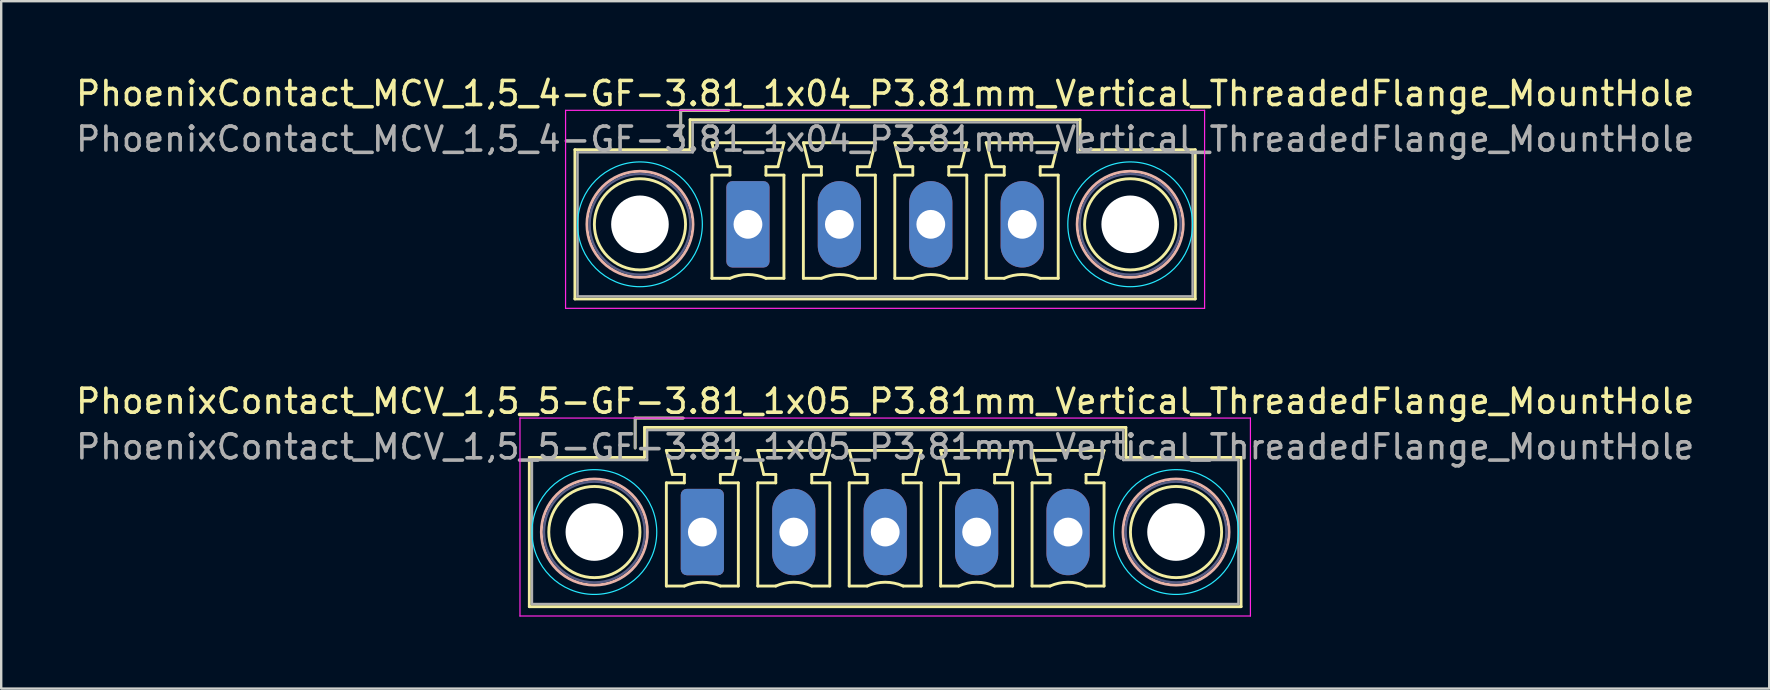
<source format=kicad_pcb>
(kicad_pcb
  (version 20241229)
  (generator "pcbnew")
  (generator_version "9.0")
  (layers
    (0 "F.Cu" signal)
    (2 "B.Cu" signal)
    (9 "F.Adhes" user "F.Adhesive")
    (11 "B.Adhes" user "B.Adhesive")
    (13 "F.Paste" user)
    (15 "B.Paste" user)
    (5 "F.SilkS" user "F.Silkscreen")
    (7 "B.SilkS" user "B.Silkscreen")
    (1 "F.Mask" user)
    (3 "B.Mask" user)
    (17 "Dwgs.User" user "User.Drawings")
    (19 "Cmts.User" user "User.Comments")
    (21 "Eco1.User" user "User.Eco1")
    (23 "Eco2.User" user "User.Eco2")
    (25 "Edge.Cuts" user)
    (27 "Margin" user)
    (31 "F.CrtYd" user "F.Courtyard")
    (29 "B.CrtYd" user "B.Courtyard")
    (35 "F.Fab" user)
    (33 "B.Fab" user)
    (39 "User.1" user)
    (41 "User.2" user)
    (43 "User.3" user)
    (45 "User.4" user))
  (footprint "PhoenixContact_MCV_1,5_4-GF-3.81_1x04_P3.81mm_Vertical_ThreadedFlange_MountHole"
    (layer "F.Cu")
    (at 28.119 6.298)
    (property "Reference" "PhoenixContact_MCV_1,5_4-GF-3.81_1x04_P3.81mm_Vertical_ThreadedFlange_MountHole" (at 5.72 -5.45 0) (layer "F.SilkS") (effects (font (size 1 1) (thickness 0.15))))
    (attr through_hole)
    (fp_line (start -7.21 -3.11) (end -7.21 3.11) (stroke (width 0.12) (type solid)) (layer "F.SilkS"))
    (fp_line (start -7.21 3.11) (end 18.64 3.11) (stroke (width 0.12) (type solid)) (layer "F.SilkS"))
    (fp_line (start -2.8 -4.75) (end -0.8 -4.75) (stroke (width 0.12) (type solid)) (layer "F.SilkS"))
    (fp_line (start -2.8 -3.5) (end -2.8 -4.75) (stroke (width 0.12) (type solid)) (layer "F.SilkS"))
    (fp_line (start -2.41 -4.36) (end -2.41 -3.11) (stroke (width 0.12) (type solid)) (layer "F.SilkS"))
    (fp_line (start -2.41 -3.11) (end -7.21 -3.11) (stroke (width 0.12) (type solid)) (layer "F.SilkS"))
    (fp_line (start -1.5 -3.4) (end 1.5 -3.4) (stroke (width 0.12) (type solid)) (layer "F.SilkS"))
    (fp_line (start -1.5 -2.05) (end -0.75 -2.05) (stroke (width 0.12) (type solid)) (layer "F.SilkS"))
    (fp_line (start -1.5 2.25) (end -1.5 -2.05) (stroke (width 0.12) (type solid)) (layer "F.SilkS"))
    (fp_line (start -1.25 -2.4) (end -1.5 -3.4) (stroke (width 0.12) (type solid)) (layer "F.SilkS"))
    (fp_line (start -0.75 -2.4) (end -1.25 -2.4) (stroke (width 0.12) (type solid)) (layer "F.SilkS"))
    (fp_line (start -0.75 -2.05) (end -0.75 -2.4) (stroke (width 0.12) (type solid)) (layer "F.SilkS"))
    (fp_line (start -0.75 2.25) (end -1.5 2.25) (stroke (width 0.12) (type solid)) (layer "F.SilkS"))
    (fp_line (start 0.75 -2.4) (end 0.75 -2.05) (stroke (width 0.12) (type solid)) (layer "F.SilkS"))
    (fp_line (start 0.75 -2.05) (end 1.5 -2.05) (stroke (width 0.12) (type solid)) (layer "F.SilkS"))
    (fp_line (start 1.25 -2.4) (end 0.75 -2.4) (stroke (width 0.12) (type solid)) (layer "F.SilkS"))
    (fp_line (start 1.5 -3.4) (end 1.25 -2.4) (stroke (width 0.12) (type solid)) (layer "F.SilkS"))
    (fp_line (start 1.5 -2.05) (end 1.5 2.25) (stroke (width 0.12) (type solid)) (layer "F.SilkS"))
    (fp_line (start 1.5 2.25) (end 0.75 2.25) (stroke (width 0.12) (type solid)) (layer "F.SilkS"))
    (fp_line (start 2.31 -3.4) (end 5.31 -3.4) (stroke (width 0.12) (type solid)) (layer "F.SilkS"))
    (fp_line (start 2.31 -2.05) (end 3.06 -2.05) (stroke (width 0.12) (type solid)) (layer "F.SilkS"))
    (fp_line (start 2.31 2.25) (end 2.31 -2.05) (stroke (width 0.12) (type solid)) (layer "F.SilkS"))
    (fp_line (start 2.56 -2.4) (end 2.31 -3.4) (stroke (width 0.12) (type solid)) (layer "F.SilkS"))
    (fp_line (start 3.06 -2.4) (end 2.56 -2.4) (stroke (width 0.12) (type solid)) (layer "F.SilkS"))
    (fp_line (start 3.06 -2.05) (end 3.06 -2.4) (stroke (width 0.12) (type solid)) (layer "F.SilkS"))
    (fp_line (start 3.06 2.25) (end 2.31 2.25) (stroke (width 0.12) (type solid)) (layer "F.SilkS"))
    (fp_line (start 4.56 -2.4) (end 4.56 -2.05) (stroke (width 0.12) (type solid)) (layer "F.SilkS"))
    (fp_line (start 4.56 -2.05) (end 5.31 -2.05) (stroke (width 0.12) (type solid)) (layer "F.SilkS"))
    (fp_line (start 5.06 -2.4) (end 4.56 -2.4) (stroke (width 0.12) (type solid)) (layer "F.SilkS"))
    (fp_line (start 5.31 -3.4) (end 5.06 -2.4) (stroke (width 0.12) (type solid)) (layer "F.SilkS"))
    (fp_line (start 5.31 -2.05) (end 5.31 2.25) (stroke (width 0.12) (type solid)) (layer "F.SilkS"))
    (fp_line (start 5.31 2.25) (end 4.56 2.25) (stroke (width 0.12) (type solid)) (layer "F.SilkS"))
    (fp_line (start 6.12 -3.4) (end 9.12 -3.4) (stroke (width 0.12) (type solid)) (layer "F.SilkS"))
    (fp_line (start 6.12 -2.05) (end 6.87 -2.05) (stroke (width 0.12) (type solid)) (layer "F.SilkS"))
    (fp_line (start 6.12 2.25) (end 6.12 -2.05) (stroke (width 0.12) (type solid)) (layer "F.SilkS"))
    (fp_line (start 6.37 -2.4) (end 6.12 -3.4) (stroke (width 0.12) (type solid)) (layer "F.SilkS"))
    (fp_line (start 6.87 -2.4) (end 6.37 -2.4) (stroke (width 0.12) (type solid)) (layer "F.SilkS"))
    (fp_line (start 6.87 -2.05) (end 6.87 -2.4) (stroke (width 0.12) (type solid)) (layer "F.SilkS"))
    (fp_line (start 6.87 2.25) (end 6.12 2.25) (stroke (width 0.12) (type solid)) (layer "F.SilkS"))
    (fp_line (start 8.37 -2.4) (end 8.37 -2.05) (stroke (width 0.12) (type solid)) (layer "F.SilkS"))
    (fp_line (start 8.37 -2.05) (end 9.12 -2.05) (stroke (width 0.12) (type solid)) (layer "F.SilkS"))
    (fp_line (start 8.87 -2.4) (end 8.37 -2.4) (stroke (width 0.12) (type solid)) (layer "F.SilkS"))
    (fp_line (start 9.12 -3.4) (end 8.87 -2.4) (stroke (width 0.12) (type solid)) (layer "F.SilkS"))
    (fp_line (start 9.12 -2.05) (end 9.12 2.25) (stroke (width 0.12) (type solid)) (layer "F.SilkS"))
    (fp_line (start 9.12 2.25) (end 8.37 2.25) (stroke (width 0.12) (type solid)) (layer "F.SilkS"))
    (fp_line (start 9.93 -3.4) (end 12.93 -3.4) (stroke (width 0.12) (type solid)) (layer "F.SilkS"))
    (fp_line (start 9.93 -2.05) (end 10.68 -2.05) (stroke (width 0.12) (type solid)) (layer "F.SilkS"))
    (fp_line (start 9.93 2.25) (end 9.93 -2.05) (stroke (width 0.12) (type solid)) (layer "F.SilkS"))
    (fp_line (start 10.18 -2.4) (end 9.93 -3.4) (stroke (width 0.12) (type solid)) (layer "F.SilkS"))
    (fp_line (start 10.68 -2.4) (end 10.18 -2.4) (stroke (width 0.12) (type solid)) (layer "F.SilkS"))
    (fp_line (start 10.68 -2.05) (end 10.68 -2.4) (stroke (width 0.12) (type solid)) (layer "F.SilkS"))
    (fp_line (start 10.68 2.25) (end 9.93 2.25) (stroke (width 0.12) (type solid)) (layer "F.SilkS"))
    (fp_line (start 12.18 -2.4) (end 12.18 -2.05) (stroke (width 0.12) (type solid)) (layer "F.SilkS"))
    (fp_line (start 12.18 -2.05) (end 12.93 -2.05) (stroke (width 0.12) (type solid)) (layer "F.SilkS"))
    (fp_line (start 12.68 -2.4) (end 12.18 -2.4) (stroke (width 0.12) (type solid)) (layer "F.SilkS"))
    (fp_line (start 12.93 -3.4) (end 12.68 -2.4) (stroke (width 0.12) (type solid)) (layer "F.SilkS"))
    (fp_line (start 12.93 -2.05) (end 12.93 2.25) (stroke (width 0.12) (type solid)) (layer "F.SilkS"))
    (fp_line (start 12.93 2.25) (end 12.18 2.25) (stroke (width 0.12) (type solid)) (layer "F.SilkS"))
    (fp_line (start 13.84 -4.36) (end -2.41 -4.36) (stroke (width 0.12) (type solid)) (layer "F.SilkS"))
    (fp_line (start 13.84 -3.11) (end 13.84 -4.36) (stroke (width 0.12) (type solid)) (layer "F.SilkS"))
    (fp_line (start 18.64 -3.11) (end 13.84 -3.11) (stroke (width 0.12) (type solid)) (layer "F.SilkS"))
    (fp_line (start 18.64 3.11) (end 18.64 -3.11) (stroke (width 0.12) (type solid)) (layer "F.SilkS"))
    (fp_arc (start -0.75 2.25) (mid -0.000193 2.09191) (end 0.749647 2.249844) (stroke (width 0.12) (type solid)) (layer "F.SilkS"))
    (fp_arc (start 3.06 2.25) (mid 3.809807 2.09191) (end 4.559647 2.249844) (stroke (width 0.12) (type solid)) (layer "F.SilkS"))
    (fp_arc (start 6.87 2.25) (mid 7.619807 2.09191) (end 8.369647 2.249844) (stroke (width 0.12) (type solid)) (layer "F.SilkS"))
    (fp_arc (start 10.68 2.25) (mid 11.429807 2.09191) (end 12.179647 2.249844) (stroke (width 0.12) (type solid)) (layer "F.SilkS"))
    (fp_circle (center -4.5 0) (end -2.6 0) (stroke (width 0.12) (type solid)) (fill no) (layer "F.SilkS"))
    (fp_circle (center 15.93 0) (end 17.83 0) (stroke (width 0.12) (type solid)) (fill no) (layer "F.SilkS"))
    (fp_circle (center -4.5 0) (end -2.29 0) (stroke (width 0.12) (type solid)) (fill no) (layer "B.SilkS"))
    (fp_circle (center 15.93 0) (end 18.14 0) (stroke (width 0.12) (type solid)) (fill no) (layer "B.SilkS"))
    (fp_circle (center -4.5 0) (end -1.9 0) (stroke (width 0.05) (type solid)) (fill no) (layer "B.CrtYd"))
    (fp_circle (center 15.93 0) (end 18.53 0) (stroke (width 0.05) (type solid)) (fill no) (layer "B.CrtYd"))
    (fp_line (start -7.6 -4.75) (end -7.6 3.5) (stroke (width 0.05) (type solid)) (layer "F.CrtYd"))
    (fp_line (start -7.6 3.5) (end 19.03 3.5) (stroke (width 0.05) (type solid)) (layer "F.CrtYd"))
    (fp_line (start 19.03 -4.75) (end -7.6 -4.75) (stroke (width 0.05) (type solid)) (layer "F.CrtYd"))
    (fp_line (start 19.03 3.5) (end 19.03 -4.75) (stroke (width 0.05) (type solid)) (layer "F.CrtYd"))
    (fp_circle (center -4.5 0) (end -2.4 0) (stroke (width 0.1) (type solid)) (fill no) (layer "B.Fab"))
    (fp_circle (center 15.93 0) (end 18.03 0) (stroke (width 0.1) (type solid)) (fill no) (layer "B.Fab"))
    (fp_line (start -7.1 -3) (end -7.1 3) (stroke (width 0.1) (type solid)) (layer "F.Fab"))
    (fp_line (start -7.1 3) (end 18.53 3) (stroke (width 0.1) (type solid)) (layer "F.Fab"))
    (fp_line (start -2.8 -4.75) (end -0.8 -4.75) (stroke (width 0.1) (type solid)) (layer "F.Fab"))
    (fp_line (start -2.8 -3.5) (end -2.8 -4.75) (stroke (width 0.1) (type solid)) (layer "F.Fab"))
    (fp_line (start -2.3 -4.25) (end -2.3 -3) (stroke (width 0.1) (type solid)) (layer "F.Fab"))
    (fp_line (start -2.3 -3) (end -7.1 -3) (stroke (width 0.1) (type solid)) (layer "F.Fab"))
    (fp_line (start 13.73 -4.25) (end -2.3 -4.25) (stroke (width 0.1) (type solid)) (layer "F.Fab"))
    (fp_line (start 13.73 -3) (end 13.73 -4.25) (stroke (width 0.1) (type solid)) (layer "F.Fab"))
    (fp_line (start 18.53 -3) (end 13.73 -3) (stroke (width 0.1) (type solid)) (layer "F.Fab"))
    (fp_line (start 18.53 3) (end 18.53 -3) (stroke (width 0.1) (type solid)) (layer "F.Fab"))
    (fp_text user "${REFERENCE}" (at 5.72 -3.55 0) (layer "F.Fab") (effects (font (size 1 1) (thickness 0.15))))
    (pad "" np_thru_hole circle (at -4.5 0) (size 2.4 2.4) (drill 2.4) (layers "*.Cu" "*.Mask"))
    (pad "" np_thru_hole circle (at 15.93 0) (size 2.4 2.4) (drill 2.4) (layers "*.Cu" "*.Mask"))
    (pad "1" thru_hole roundrect (at 0 0) (size 1.8 3.6) (drill 1.2) (layers "*.Cu" "*.Mask") (roundrect_rratio 0.139))
    (pad "2" thru_hole oval (at 3.81 0) (size 1.8 3.6) (drill 1.2) (layers "*.Cu" "*.Mask"))
    (pad "3" thru_hole oval (at 7.62 0) (size 1.8 3.6) (drill 1.2) (layers "*.Cu" "*.Mask"))
    (pad "4" thru_hole oval (at 11.43 0) (size 1.8 3.6) (drill 1.2) (layers "*.Cu" "*.Mask")))
  (footprint "PhoenixContact_MCV_1,5_5-GF-3.81_1x05_P3.81mm_Vertical_ThreadedFlange_MountHole"
    (layer "F.Cu")
    (at 26.219 19.122)
    (property "Reference" "PhoenixContact_MCV_1,5_5-GF-3.81_1x05_P3.81mm_Vertical_ThreadedFlange_MountHole" (at 7.62 -5.45 0) (layer "F.SilkS") (effects (font (size 1 1) (thickness 0.15))))
    (attr through_hole)
    (fp_line (start -7.21 -3.11) (end -7.21 3.11) (stroke (width 0.12) (type solid)) (layer "F.SilkS"))
    (fp_line (start -7.21 3.11) (end 22.45 3.11) (stroke (width 0.12) (type solid)) (layer "F.SilkS"))
    (fp_line (start -2.8 -4.75) (end -0.8 -4.75) (stroke (width 0.12) (type solid)) (layer "F.SilkS"))
    (fp_line (start -2.8 -3.5) (end -2.8 -4.75) (stroke (width 0.12) (type solid)) (layer "F.SilkS"))
    (fp_line (start -2.41 -4.36) (end -2.41 -3.11) (stroke (width 0.12) (type solid)) (layer "F.SilkS"))
    (fp_line (start -2.41 -3.11) (end -7.21 -3.11) (stroke (width 0.12) (type solid)) (layer "F.SilkS"))
    (fp_line (start -1.5 -3.4) (end 1.5 -3.4) (stroke (width 0.12) (type solid)) (layer "F.SilkS"))
    (fp_line (start -1.5 -2.05) (end -0.75 -2.05) (stroke (width 0.12) (type solid)) (layer "F.SilkS"))
    (fp_line (start -1.5 2.25) (end -1.5 -2.05) (stroke (width 0.12) (type solid)) (layer "F.SilkS"))
    (fp_line (start -1.25 -2.4) (end -1.5 -3.4) (stroke (width 0.12) (type solid)) (layer "F.SilkS"))
    (fp_line (start -0.75 -2.4) (end -1.25 -2.4) (stroke (width 0.12) (type solid)) (layer "F.SilkS"))
    (fp_line (start -0.75 -2.05) (end -0.75 -2.4) (stroke (width 0.12) (type solid)) (layer "F.SilkS"))
    (fp_line (start -0.75 2.25) (end -1.5 2.25) (stroke (width 0.12) (type solid)) (layer "F.SilkS"))
    (fp_line (start 0.75 -2.4) (end 0.75 -2.05) (stroke (width 0.12) (type solid)) (layer "F.SilkS"))
    (fp_line (start 0.75 -2.05) (end 1.5 -2.05) (stroke (width 0.12) (type solid)) (layer "F.SilkS"))
    (fp_line (start 1.25 -2.4) (end 0.75 -2.4) (stroke (width 0.12) (type solid)) (layer "F.SilkS"))
    (fp_line (start 1.5 -3.4) (end 1.25 -2.4) (stroke (width 0.12) (type solid)) (layer "F.SilkS"))
    (fp_line (start 1.5 -2.05) (end 1.5 2.25) (stroke (width 0.12) (type solid)) (layer "F.SilkS"))
    (fp_line (start 1.5 2.25) (end 0.75 2.25) (stroke (width 0.12) (type solid)) (layer "F.SilkS"))
    (fp_line (start 2.31 -3.4) (end 5.31 -3.4) (stroke (width 0.12) (type solid)) (layer "F.SilkS"))
    (fp_line (start 2.31 -2.05) (end 3.06 -2.05) (stroke (width 0.12) (type solid)) (layer "F.SilkS"))
    (fp_line (start 2.31 2.25) (end 2.31 -2.05) (stroke (width 0.12) (type solid)) (layer "F.SilkS"))
    (fp_line (start 2.56 -2.4) (end 2.31 -3.4) (stroke (width 0.12) (type solid)) (layer "F.SilkS"))
    (fp_line (start 3.06 -2.4) (end 2.56 -2.4) (stroke (width 0.12) (type solid)) (layer "F.SilkS"))
    (fp_line (start 3.06 -2.05) (end 3.06 -2.4) (stroke (width 0.12) (type solid)) (layer "F.SilkS"))
    (fp_line (start 3.06 2.25) (end 2.31 2.25) (stroke (width 0.12) (type solid)) (layer "F.SilkS"))
    (fp_line (start 4.56 -2.4) (end 4.56 -2.05) (stroke (width 0.12) (type solid)) (layer "F.SilkS"))
    (fp_line (start 4.56 -2.05) (end 5.31 -2.05) (stroke (width 0.12) (type solid)) (layer "F.SilkS"))
    (fp_line (start 5.06 -2.4) (end 4.56 -2.4) (stroke (width 0.12) (type solid)) (layer "F.SilkS"))
    (fp_line (start 5.31 -3.4) (end 5.06 -2.4) (stroke (width 0.12) (type solid)) (layer "F.SilkS"))
    (fp_line (start 5.31 -2.05) (end 5.31 2.25) (stroke (width 0.12) (type solid)) (layer "F.SilkS"))
    (fp_line (start 5.31 2.25) (end 4.56 2.25) (stroke (width 0.12) (type solid)) (layer "F.SilkS"))
    (fp_line (start 6.12 -3.4) (end 9.12 -3.4) (stroke (width 0.12) (type solid)) (layer "F.SilkS"))
    (fp_line (start 6.12 -2.05) (end 6.87 -2.05) (stroke (width 0.12) (type solid)) (layer "F.SilkS"))
    (fp_line (start 6.12 2.25) (end 6.12 -2.05) (stroke (width 0.12) (type solid)) (layer "F.SilkS"))
    (fp_line (start 6.37 -2.4) (end 6.12 -3.4) (stroke (width 0.12) (type solid)) (layer "F.SilkS"))
    (fp_line (start 6.87 -2.4) (end 6.37 -2.4) (stroke (width 0.12) (type solid)) (layer "F.SilkS"))
    (fp_line (start 6.87 -2.05) (end 6.87 -2.4) (stroke (width 0.12) (type solid)) (layer "F.SilkS"))
    (fp_line (start 6.87 2.25) (end 6.12 2.25) (stroke (width 0.12) (type solid)) (layer "F.SilkS"))
    (fp_line (start 8.37 -2.4) (end 8.37 -2.05) (stroke (width 0.12) (type solid)) (layer "F.SilkS"))
    (fp_line (start 8.37 -2.05) (end 9.12 -2.05) (stroke (width 0.12) (type solid)) (layer "F.SilkS"))
    (fp_line (start 8.87 -2.4) (end 8.37 -2.4) (stroke (width 0.12) (type solid)) (layer "F.SilkS"))
    (fp_line (start 9.12 -3.4) (end 8.87 -2.4) (stroke (width 0.12) (type solid)) (layer "F.SilkS"))
    (fp_line (start 9.12 -2.05) (end 9.12 2.25) (stroke (width 0.12) (type solid)) (layer "F.SilkS"))
    (fp_line (start 9.12 2.25) (end 8.37 2.25) (stroke (width 0.12) (type solid)) (layer "F.SilkS"))
    (fp_line (start 9.93 -3.4) (end 12.93 -3.4) (stroke (width 0.12) (type solid)) (layer "F.SilkS"))
    (fp_line (start 9.93 -2.05) (end 10.68 -2.05) (stroke (width 0.12) (type solid)) (layer "F.SilkS"))
    (fp_line (start 9.93 2.25) (end 9.93 -2.05) (stroke (width 0.12) (type solid)) (layer "F.SilkS"))
    (fp_line (start 10.18 -2.4) (end 9.93 -3.4) (stroke (width 0.12) (type solid)) (layer "F.SilkS"))
    (fp_line (start 10.68 -2.4) (end 10.18 -2.4) (stroke (width 0.12) (type solid)) (layer "F.SilkS"))
    (fp_line (start 10.68 -2.05) (end 10.68 -2.4) (stroke (width 0.12) (type solid)) (layer "F.SilkS"))
    (fp_line (start 10.68 2.25) (end 9.93 2.25) (stroke (width 0.12) (type solid)) (layer "F.SilkS"))
    (fp_line (start 12.18 -2.4) (end 12.18 -2.05) (stroke (width 0.12) (type solid)) (layer "F.SilkS"))
    (fp_line (start 12.18 -2.05) (end 12.93 -2.05) (stroke (width 0.12) (type solid)) (layer "F.SilkS"))
    (fp_line (start 12.68 -2.4) (end 12.18 -2.4) (stroke (width 0.12) (type solid)) (layer "F.SilkS"))
    (fp_line (start 12.93 -3.4) (end 12.68 -2.4) (stroke (width 0.12) (type solid)) (layer "F.SilkS"))
    (fp_line (start 12.93 -2.05) (end 12.93 2.25) (stroke (width 0.12) (type solid)) (layer "F.SilkS"))
    (fp_line (start 12.93 2.25) (end 12.18 2.25) (stroke (width 0.12) (type solid)) (layer "F.SilkS"))
    (fp_line (start 13.74 -3.4) (end 16.74 -3.4) (stroke (width 0.12) (type solid)) (layer "F.SilkS"))
    (fp_line (start 13.74 -2.05) (end 14.49 -2.05) (stroke (width 0.12) (type solid)) (layer "F.SilkS"))
    (fp_line (start 13.74 2.25) (end 13.74 -2.05) (stroke (width 0.12) (type solid)) (layer "F.SilkS"))
    (fp_line (start 13.99 -2.4) (end 13.74 -3.4) (stroke (width 0.12) (type solid)) (layer "F.SilkS"))
    (fp_line (start 14.49 -2.4) (end 13.99 -2.4) (stroke (width 0.12) (type solid)) (layer "F.SilkS"))
    (fp_line (start 14.49 -2.05) (end 14.49 -2.4) (stroke (width 0.12) (type solid)) (layer "F.SilkS"))
    (fp_line (start 14.49 2.25) (end 13.74 2.25) (stroke (width 0.12) (type solid)) (layer "F.SilkS"))
    (fp_line (start 15.99 -2.4) (end 15.99 -2.05) (stroke (width 0.12) (type solid)) (layer "F.SilkS"))
    (fp_line (start 15.99 -2.05) (end 16.74 -2.05) (stroke (width 0.12) (type solid)) (layer "F.SilkS"))
    (fp_line (start 16.49 -2.4) (end 15.99 -2.4) (stroke (width 0.12) (type solid)) (layer "F.SilkS"))
    (fp_line (start 16.74 -3.4) (end 16.49 -2.4) (stroke (width 0.12) (type solid)) (layer "F.SilkS"))
    (fp_line (start 16.74 -2.05) (end 16.74 2.25) (stroke (width 0.12) (type solid)) (layer "F.SilkS"))
    (fp_line (start 16.74 2.25) (end 15.99 2.25) (stroke (width 0.12) (type solid)) (layer "F.SilkS"))
    (fp_line (start 17.65 -4.36) (end -2.41 -4.36) (stroke (width 0.12) (type solid)) (layer "F.SilkS"))
    (fp_line (start 17.65 -3.11) (end 17.65 -4.36) (stroke (width 0.12) (type solid)) (layer "F.SilkS"))
    (fp_line (start 22.45 -3.11) (end 17.65 -3.11) (stroke (width 0.12) (type solid)) (layer "F.SilkS"))
    (fp_line (start 22.45 3.11) (end 22.45 -3.11) (stroke (width 0.12) (type solid)) (layer "F.SilkS"))
    (fp_arc (start -0.75 2.25) (mid -0.000193 2.09191) (end 0.749647 2.249844) (stroke (width 0.12) (type solid)) (layer "F.SilkS"))
    (fp_arc (start 3.06 2.25) (mid 3.809807 2.09191) (end 4.559647 2.249844) (stroke (width 0.12) (type solid)) (layer "F.SilkS"))
    (fp_arc (start 6.87 2.25) (mid 7.619807 2.09191) (end 8.369647 2.249844) (stroke (width 0.12) (type solid)) (layer "F.SilkS"))
    (fp_arc (start 10.68 2.25) (mid 11.429807 2.09191) (end 12.179647 2.249844) (stroke (width 0.12) (type solid)) (layer "F.SilkS"))
    (fp_arc (start 14.49 2.25) (mid 15.239807 2.09191) (end 15.989647 2.249844) (stroke (width 0.12) (type solid)) (layer "F.SilkS"))
    (fp_circle (center -4.5 0) (end -2.6 0) (stroke (width 0.12) (type solid)) (fill no) (layer "F.SilkS"))
    (fp_circle (center 19.74 0) (end 21.64 0) (stroke (width 0.12) (type solid)) (fill no) (layer "F.SilkS"))
    (fp_circle (center -4.5 0) (end -2.29 0) (stroke (width 0.12) (type solid)) (fill no) (layer "B.SilkS"))
    (fp_circle (center 19.74 0) (end 21.95 0) (stroke (width 0.12) (type solid)) (fill no) (layer "B.SilkS"))
    (fp_circle (center -4.5 0) (end -1.9 0) (stroke (width 0.05) (type solid)) (fill no) (layer "B.CrtYd"))
    (fp_circle (center 19.74 0) (end 22.34 0) (stroke (width 0.05) (type solid)) (fill no) (layer "B.CrtYd"))
    (fp_line (start -7.6 -4.75) (end -7.6 3.5) (stroke (width 0.05) (type solid)) (layer "F.CrtYd"))
    (fp_line (start -7.6 3.5) (end 22.84 3.5) (stroke (width 0.05) (type solid)) (layer "F.CrtYd"))
    (fp_line (start 22.84 -4.75) (end -7.6 -4.75) (stroke (width 0.05) (type solid)) (layer "F.CrtYd"))
    (fp_line (start 22.84 3.5) (end 22.84 -4.75) (stroke (width 0.05) (type solid)) (layer "F.CrtYd"))
    (fp_circle (center -4.5 0) (end -2.4 0) (stroke (width 0.1) (type solid)) (fill no) (layer "B.Fab"))
    (fp_circle (center 19.74 0) (end 21.84 0) (stroke (width 0.1) (type solid)) (fill no) (layer "B.Fab"))
    (fp_line (start -7.1 -3) (end -7.1 3) (stroke (width 0.1) (type solid)) (layer "F.Fab"))
    (fp_line (start -7.1 3) (end 22.34 3) (stroke (width 0.1) (type solid)) (layer "F.Fab"))
    (fp_line (start -2.8 -4.75) (end -0.8 -4.75) (stroke (width 0.1) (type solid)) (layer "F.Fab"))
    (fp_line (start -2.8 -3.5) (end -2.8 -4.75) (stroke (width 0.1) (type solid)) (layer "F.Fab"))
    (fp_line (start -2.3 -4.25) (end -2.3 -3) (stroke (width 0.1) (type solid)) (layer "F.Fab"))
    (fp_line (start -2.3 -3) (end -7.1 -3) (stroke (width 0.1) (type solid)) (layer "F.Fab"))
    (fp_line (start 17.54 -4.25) (end -2.3 -4.25) (stroke (width 0.1) (type solid)) (layer "F.Fab"))
    (fp_line (start 17.54 -3) (end 17.54 -4.25) (stroke (width 0.1) (type solid)) (layer "F.Fab"))
    (fp_line (start 22.34 -3) (end 17.54 -3) (stroke (width 0.1) (type solid)) (layer "F.Fab"))
    (fp_line (start 22.34 3) (end 22.34 -3) (stroke (width 0.1) (type solid)) (layer "F.Fab"))
    (fp_text user "${REFERENCE}" (at 7.62 -3.55 0) (layer "F.Fab") (effects (font (size 1 1) (thickness 0.15))))
    (pad "" np_thru_hole circle (at -4.5 0) (size 2.4 2.4) (drill 2.4) (layers "*.Cu" "*.Mask"))
    (pad "" np_thru_hole circle (at 19.74 0) (size 2.4 2.4) (drill 2.4) (layers "*.Cu" "*.Mask"))
    (pad "1" thru_hole roundrect (at 0 0) (size 1.8 3.6) (drill 1.2) (layers "*.Cu" "*.Mask") (roundrect_rratio 0.139))
    (pad "2" thru_hole oval (at 3.81 0) (size 1.8 3.6) (drill 1.2) (layers "*.Cu" "*.Mask"))
    (pad "3" thru_hole oval (at 7.62 0) (size 1.8 3.6) (drill 1.2) (layers "*.Cu" "*.Mask"))
    (pad "4" thru_hole oval (at 11.43 0) (size 1.8 3.6) (drill 1.2) (layers "*.Cu" "*.Mask"))
    (pad "5" thru_hole oval (at 15.24 0) (size 1.8 3.6) (drill 1.2) (layers "*.Cu" "*.Mask")))
  (gr_rect
    (start -3 -3)
    (end 70.679 25.646)
    (stroke (width 0.1) (type default))
    (fill no)
    (layer "Edge.Cuts")))
</source>
